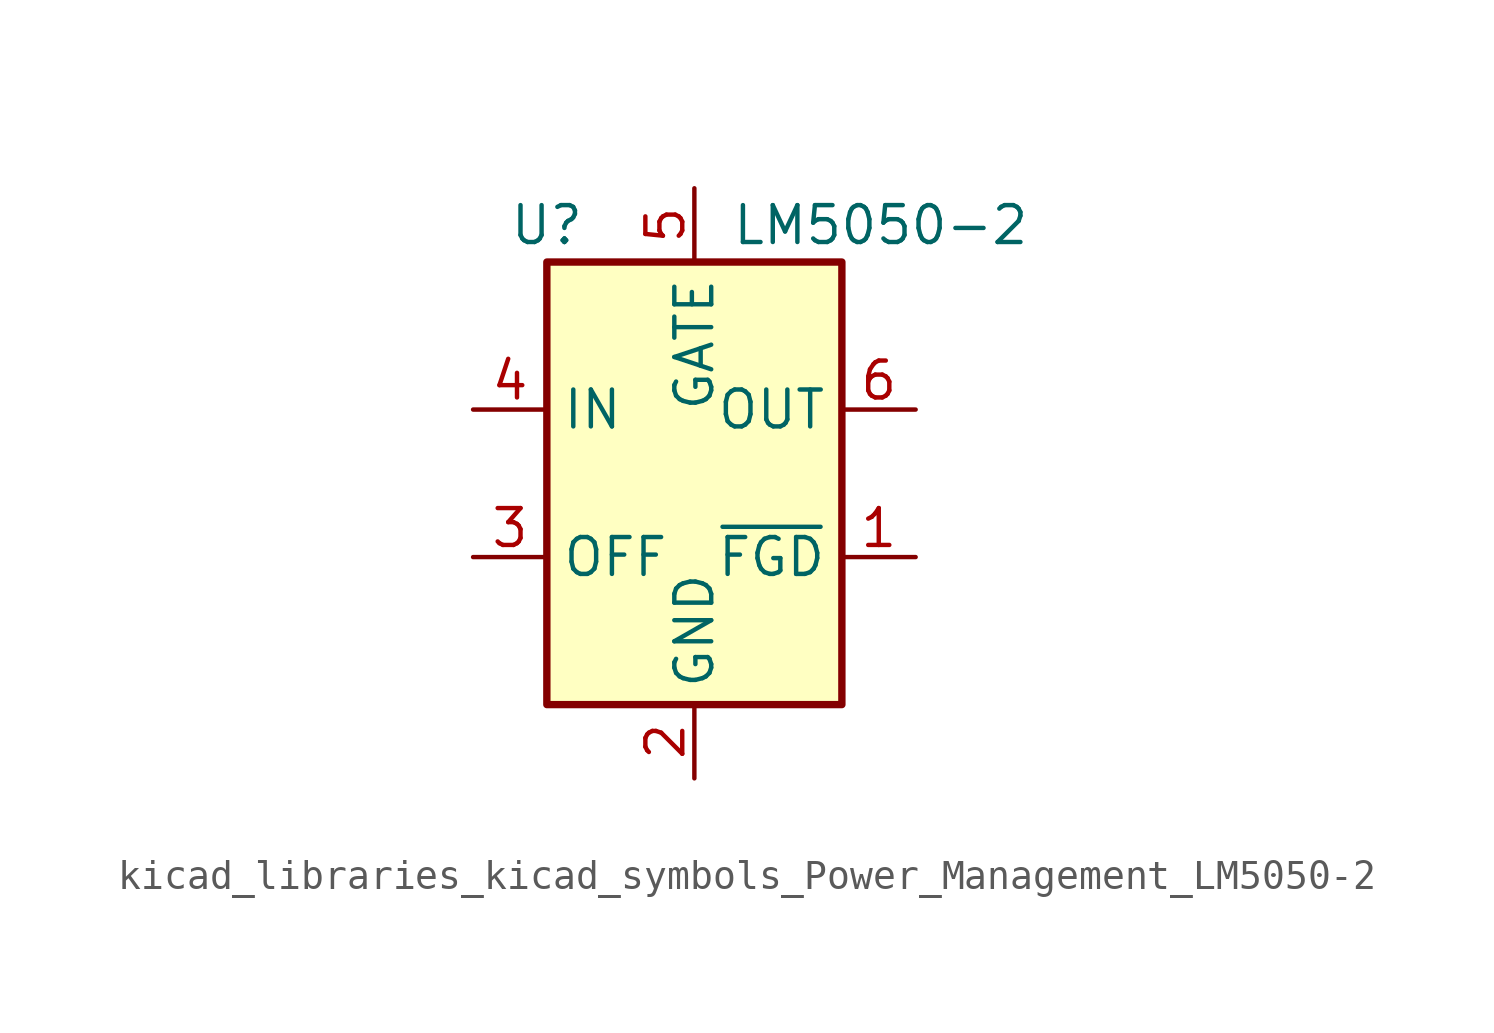
<source format=kicad_sym>
(kicad_symbol_lib
  (version 20220914)
  (generator kicad_symbol_editor)
  (symbol "kicad_libraries_kicad_symbols_Power_Management_LM5050-2"
    (property "Reference" "U"
      (at -5.08 8.89 0)
      (effects (font (size 1.27 1.27))))
    (property "Value" "LM5050-2"
      (at 1.27 8.89 0)
      (effects (font (size 1.27 1.27)) (justify left)))
    (symbol "kicad_libraries_kicad_symbols_Power_Management_LM5050-2_0_1"
      (rectangle (start -5.08 7.62) (end 5.08 -7.62) (stroke (width 0.254) (type default)) (fill (type background))))
    (symbol "kicad_libraries_kicad_symbols_Power_Management_LM5050-2_1_1"
      (pin open_collector line (at 7.62 -2.54 180) (length 2.54) (name "~{FGD}" (effects (font (size 1.27 1.27)))) (number "1" (effects (font (size 1.27 1.27)))))
      (pin power_in line (at 0 -10.16 90) (length 2.54) (name "GND" (effects (font (size 1.27 1.27)))) (number "2" (effects (font (size 1.27 1.27)))))
      (pin input line (at -7.62 -2.54 0) (length 2.54) (name "OFF" (effects (font (size 1.27 1.27)))) (number "3" (effects (font (size 1.27 1.27)))))
      (pin input line (at -7.62 2.54 0) (length 2.54) (name "IN" (effects (font (size 1.27 1.27)))) (number "4" (effects (font (size 1.27 1.27)))))
      (pin output line (at 0 10.16 270) (length 2.54) (name "GATE" (effects (font (size 1.27 1.27)))) (number "5" (effects (font (size 1.27 1.27)))))
      (pin input line (at 7.62 2.54 180) (length 2.54) (name "OUT" (effects (font (size 1.27 1.27)))) (number "6" (effects (font (size 1.27 1.27))))))))
</source>
